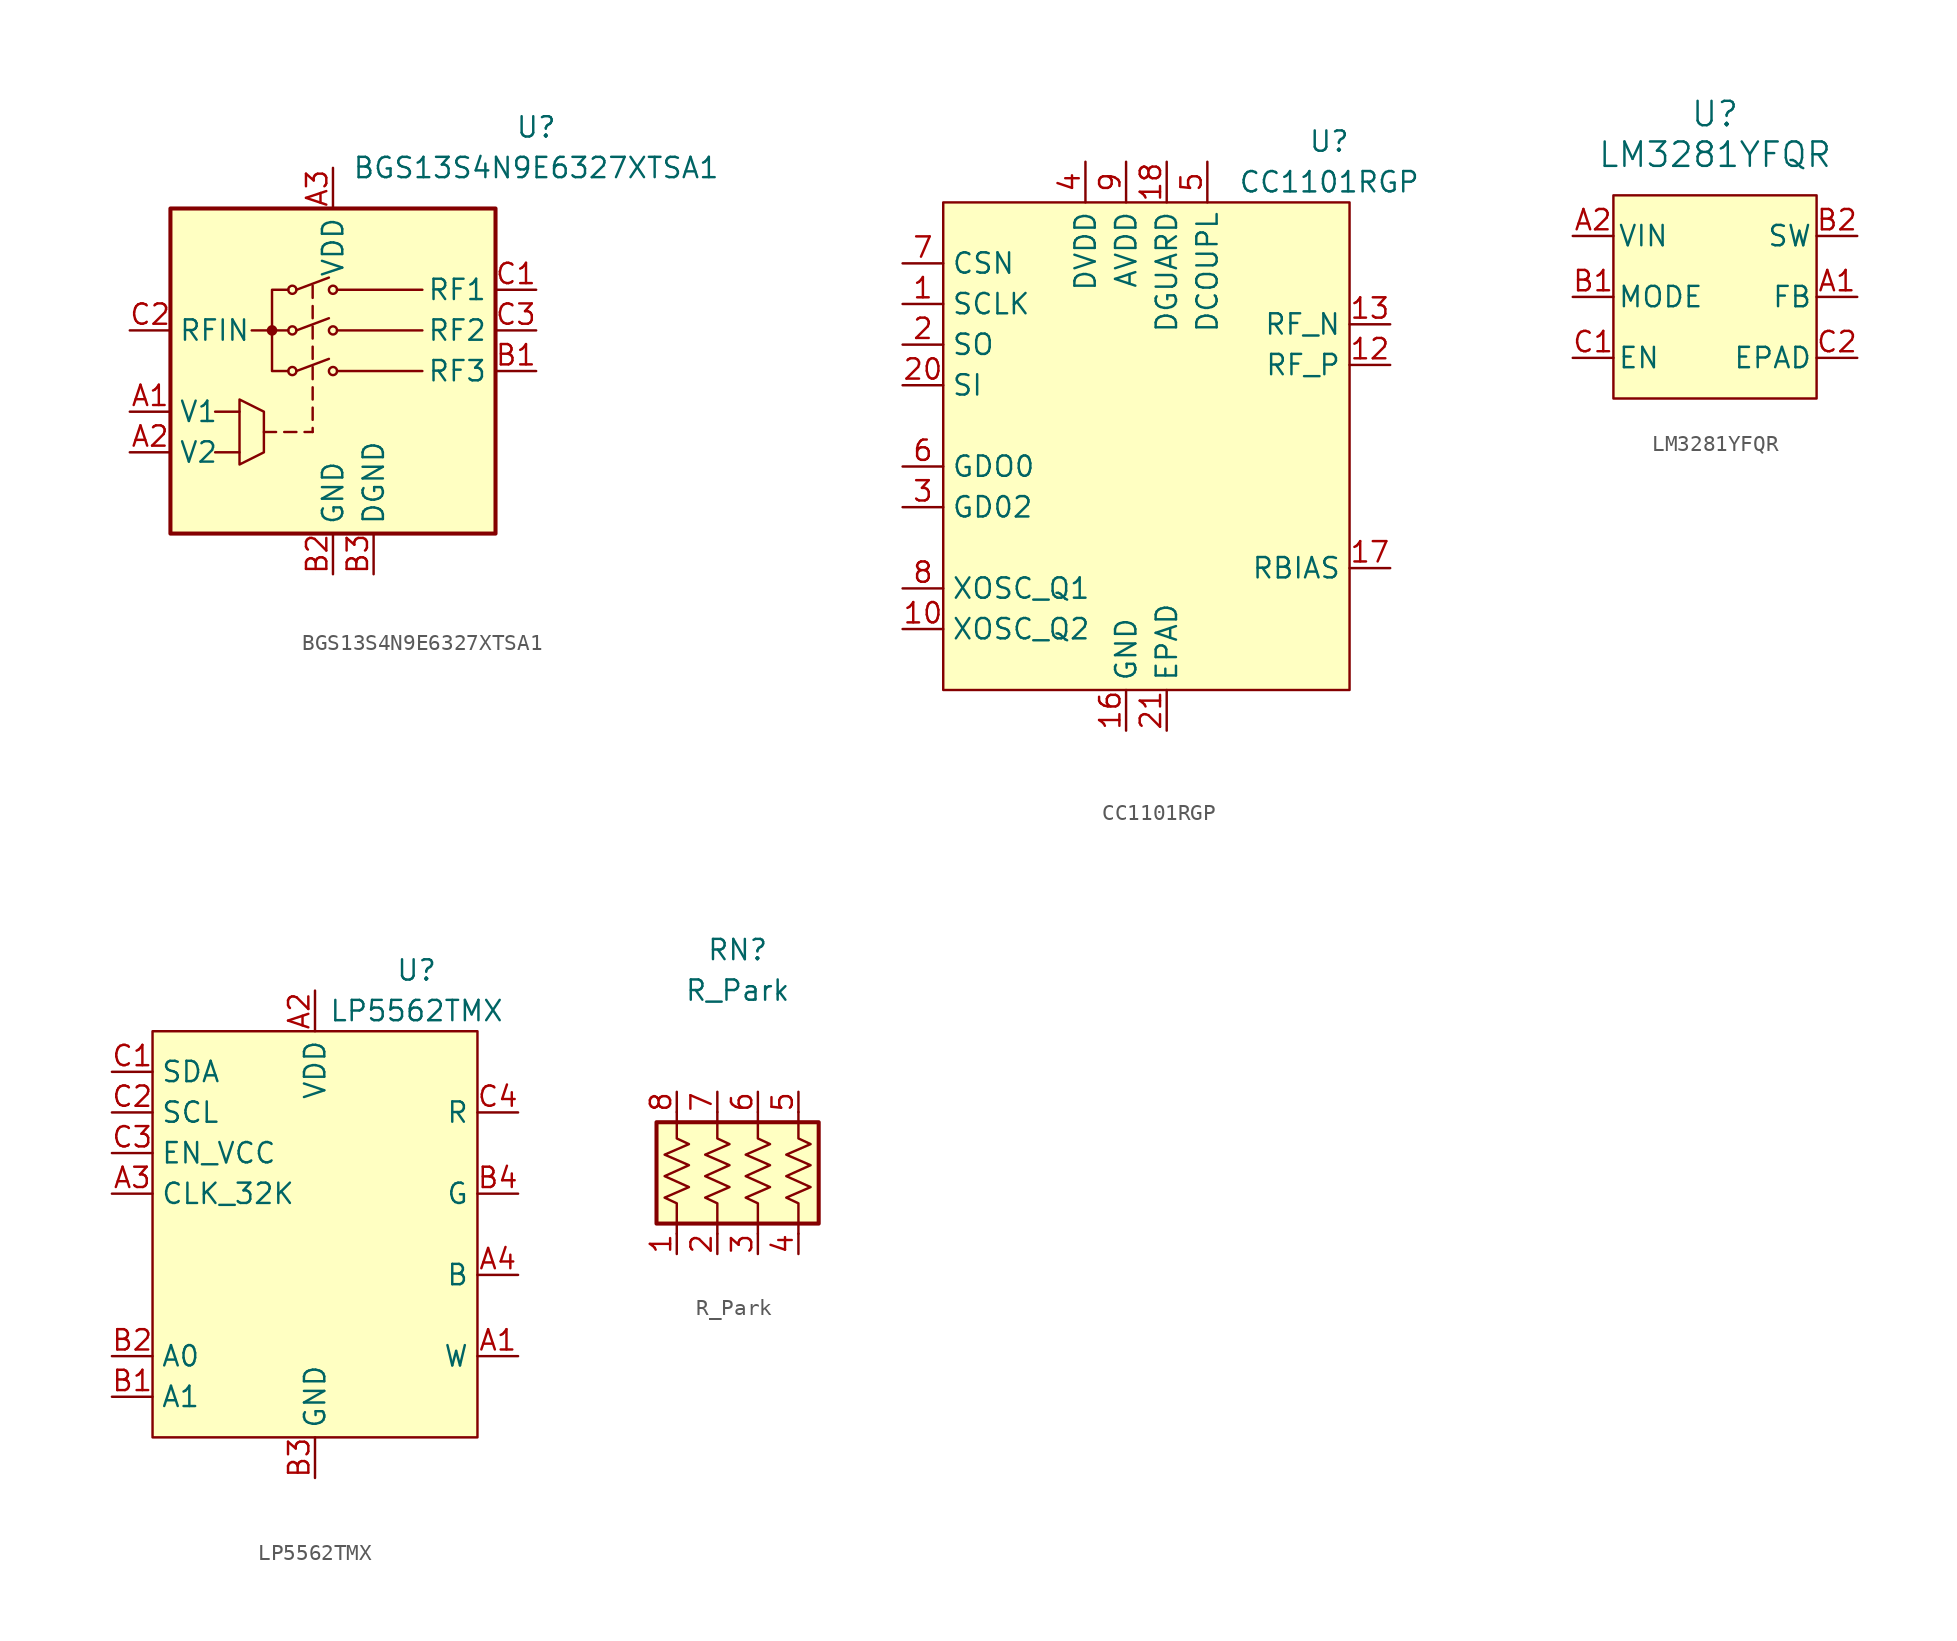
<source format=kicad_sym>
(kicad_symbol_lib
  (version 20231120)
  (generator "kicad_symbol_editor")
  (generator_version "8.0")
  (symbol "BGS13S4N9E6327XTSA1"
    (property "Reference" "U"
      (at 12.7 15.24 0)
      (effects (font (size 1.27 1.27))))
    (property "Value" "BGS13S4N9E6327XTSA1"
      (at 12.7 12.7 0)
      (effects (font (size 1.27 1.27))))
    (symbol "BGS13S4N9E6327XTSA1_0_0"
      (rectangle (start -10.16 10.16) (end 10.16 -10.16) (stroke (width 0.254) (type default)) (fill (type background)))
      (circle (center -3.81 2.54) (radius 0.254) (stroke (width 0) (type default)) (fill (type outline)))
      (polyline (pts (xy -4.318 -3.81) (xy -3.556 -3.81)) (stroke (width 0) (type default)) (fill (type none)))
      (polyline (pts (xy -3.81 2.54) (xy -5.08 2.54)) (stroke (width 0) (type default)) (fill (type none)))
      (polyline (pts (xy -3.048 -3.81) (xy -2.286 -3.81)) (stroke (width 0) (type default)) (fill (type none)))
      (polyline (pts (xy -1.27 -3.048) (xy -1.27 -2.286)) (stroke (width 0) (type default)) (fill (type none)))
      (polyline (pts (xy -1.27 -1.778) (xy -1.27 -1.016)) (stroke (width 0) (type default)) (fill (type none)))
      (polyline (pts (xy -1.27 -0.508) (xy -1.27 0.254)) (stroke (width 0) (type default)) (fill (type none)))
      (polyline (pts (xy -1.27 1.524) (xy -1.27 0.762)) (stroke (width 0) (type default)) (fill (type none)))
      (polyline (pts (xy -1.27 2.794) (xy -1.27 2.032)) (stroke (width 0) (type default)) (fill (type none)))
      (polyline (pts (xy -1.27 4.064) (xy -1.27 3.302)) (stroke (width 0) (type default)) (fill (type none)))
      (polyline (pts (xy -1.27 5.334) (xy -1.27 4.572)) (stroke (width 0) (type default)) (fill (type none)))
      (polyline (pts (xy 0.254 0) (xy 5.588 0)) (stroke (width 0) (type default)) (fill (type none)))
      (polyline (pts (xy 0.254 2.54) (xy 5.588 2.54)) (stroke (width 0) (type default)) (fill (type none)))
      (polyline (pts (xy 0.254 5.08) (xy 5.588 5.08)) (stroke (width 0) (type default)) (fill (type none)))
      (polyline (pts (xy -2.794 0) (xy -3.81 0) (xy -3.81 5.08) (xy -2.794 5.08)) (stroke (width 0) (type default)) (fill (type none))))
    (symbol "BGS13S4N9E6327XTSA1_0_1"
      (circle (center -2.54 0) (radius 0.254) (stroke (width 0) (type default)) (fill (type none)))
      (circle (center -2.54 2.54) (radius 0.254) (stroke (width 0) (type default)) (fill (type none)))
      (circle (center -2.54 5.08) (radius 0.254) (stroke (width 0) (type default)) (fill (type none)))
      (polyline (pts (xy -7.366 -5.08) (xy -5.842 -5.08)) (stroke (width 0) (type default)) (fill (type none)))
      (polyline (pts (xy -7.366 -2.54) (xy -5.842 -2.54)) (stroke (width 0) (type default)) (fill (type none)))
      (polyline (pts (xy -2.794 2.54) (xy -3.81 2.54)) (stroke (width 0) (type default)) (fill (type none)))
      (polyline (pts (xy -2.286 0) (xy -0.254 0.762)) (stroke (width 0) (type default)) (fill (type none)))
      (polyline (pts (xy -2.286 2.54) (xy -0.254 3.302)) (stroke (width 0) (type default)) (fill (type none)))
      (polyline (pts (xy -2.286 5.08) (xy -0.254 5.842)) (stroke (width 0) (type default)) (fill (type none)))
      (polyline (pts (xy -1.778 -3.81) (xy -1.27 -3.81)) (stroke (width 0) (type default)) (fill (type none)))
      (polyline (pts (xy -1.27 -3.81) (xy -1.27 -3.556)) (stroke (width 0) (type default)) (fill (type none)))
      (polyline (pts (xy -5.842 -1.778) (xy -5.842 -5.842) (xy -4.318 -5.08) (xy -4.318 -2.54) (xy -5.842 -1.778)) (stroke (width 0) (type default)) (fill (type none)))
      (circle (center 0 0) (radius 0.254) (stroke (width 0) (type default)) (fill (type none)))
      (circle (center 0 2.54) (radius 0.254) (stroke (width 0) (type default)) (fill (type none)))
      (circle (center 0 5.08) (radius 0.254) (stroke (width 0) (type default)) (fill (type none))))
    (symbol "BGS13S4N9E6327XTSA1_1_1"
      (pin input line (at -12.7 -2.54 0) (length 2.54) (name "V1" (effects (font (size 1.27 1.27)))) (number "A1" (effects (font (size 1.27 1.27)))))
      (pin input line (at -12.7 -5.08 0) (length 2.54) (name "V2" (effects (font (size 1.27 1.27)))) (number "A2" (effects (font (size 1.27 1.27)))))
      (pin power_in line (at 0 12.7 270) (length 2.54) (name "VDD" (effects (font (size 1.27 1.27)))) (number "A3" (effects (font (size 1.27 1.27)))))
      (pin passive line (at 12.7 0 180) (length 2.54) (name "RF3" (effects (font (size 1.27 1.27)))) (number "B1" (effects (font (size 1.27 1.27)))))
      (pin power_in line (at 0 -12.7 90) (length 2.54) (name "GND" (effects (font (size 1.27 1.27)))) (number "B2" (effects (font (size 1.27 1.27)))))
      (pin power_in line (at 2.54 -12.7 90) (length 2.54) (name "DGND" (effects (font (size 1.27 1.27)))) (number "B3" (effects (font (size 1.27 1.27)))))
      (pin passive line (at 12.7 5.08 180) (length 2.54) (name "RF1" (effects (font (size 1.27 1.27)))) (number "C1" (effects (font (size 1.27 1.27)))))
      (pin passive line (at -12.7 2.54 0) (length 2.54) (name "RFIN" (effects (font (size 1.27 1.27)))) (number "C2" (effects (font (size 1.27 1.27)))))
      (pin passive line (at 12.7 2.54 180) (length 2.54) (name "RF2" (effects (font (size 1.27 1.27)))) (number "C3" (effects (font (size 1.27 1.27)))))))
  (symbol "CC1101RGP"
    (property "Reference" "U"
      (at 11.43 19.05 0)
      (effects (font (size 1.27 1.27))))
    (property "Value" "CC1101RGP"
      (at 11.43 16.51 0)
      (effects (font (size 1.27 1.27))))
    (symbol "CC1101RGP_1_1"
      (rectangle (start -12.7 15.24) (end 12.7 -15.24) (stroke (width 0) (type default)) (fill (type background)))
      (pin input line (at -15.24 8.89 0) (length 2.54) (name "SCLK" (effects (font (size 1.27 1.27)))) (number "1" (effects (font (size 1.27 1.27)))))
      (pin bidirectional line (at -15.24 -11.43 0) (length 2.54) (name "XOSC_Q2" (effects (font (size 1.27 1.27)))) (number "10" (effects (font (size 1.27 1.27)))))
      (pin bidirectional line (at -1.27 17.78 270) (length 2.54) hide (name "AVDD" (effects (font (size 1.27 1.27)))) (number "11" (effects (font (size 1.27 1.27)))))
      (pin bidirectional line (at 15.24 5.08 180) (length 2.54) (name "RF_P" (effects (font (size 1.27 1.27)))) (number "12" (effects (font (size 1.27 1.27)))))
      (pin bidirectional line (at 15.24 7.62 180) (length 2.54) (name "RF_N" (effects (font (size 1.27 1.27)))) (number "13" (effects (font (size 1.27 1.27)))))
      (pin bidirectional line (at -1.27 17.78 270) (length 2.54) hide (name "AVDD" (effects (font (size 1.27 1.27)))) (number "14" (effects (font (size 1.27 1.27)))))
      (pin bidirectional line (at -1.27 17.78 270) (length 2.54) hide (name "AVDD" (effects (font (size 1.27 1.27)))) (number "15" (effects (font (size 1.27 1.27)))))
      (pin bidirectional line (at -1.27 -17.78 90) (length 2.54) (name "GND" (effects (font (size 1.27 1.27)))) (number "16" (effects (font (size 1.27 1.27)))))
      (pin bidirectional line (at 15.24 -7.62 180) (length 2.54) (name "RBIAS" (effects (font (size 1.27 1.27)))) (number "17" (effects (font (size 1.27 1.27)))))
      (pin bidirectional line (at 1.27 17.78 270) (length 2.54) (name "DGUARD" (effects (font (size 1.27 1.27)))) (number "18" (effects (font (size 1.27 1.27)))))
      (pin bidirectional line (at -1.27 -17.78 90) (length 2.54) hide (name "GND" (effects (font (size 1.27 1.27)))) (number "19" (effects (font (size 1.27 1.27)))))
      (pin output line (at -15.24 6.35 0) (length 2.54) (name "SO" (effects (font (size 1.27 1.27)))) (number "2" (effects (font (size 1.27 1.27)))))
      (pin bidirectional line (at -15.24 3.81 0) (length 2.54) (name "SI" (effects (font (size 1.27 1.27)))) (number "20" (effects (font (size 1.27 1.27)))))
      (pin bidirectional line (at 1.27 -17.78 90) (length 2.54) (name "EPAD" (effects (font (size 1.27 1.27)))) (number "21" (effects (font (size 1.27 1.27)))))
      (pin bidirectional line (at -15.24 -3.81 0) (length 2.54) (name "GD02" (effects (font (size 1.27 1.27)))) (number "3" (effects (font (size 1.27 1.27)))))
      (pin bidirectional line (at -3.81 17.78 270) (length 2.54) (name "DVDD" (effects (font (size 1.27 1.27)))) (number "4" (effects (font (size 1.27 1.27)))))
      (pin bidirectional line (at 3.81 17.78 270) (length 2.54) (name "DCOUPL" (effects (font (size 1.27 1.27)))) (number "5" (effects (font (size 1.27 1.27)))))
      (pin bidirectional line (at -15.24 -1.27 0) (length 2.54) (name "GDO0" (effects (font (size 1.27 1.27)))) (number "6" (effects (font (size 1.27 1.27)))))
      (pin bidirectional line (at -15.24 11.43 0) (length 2.54) (name "CSN" (effects (font (size 1.27 1.27)))) (number "7" (effects (font (size 1.27 1.27)))))
      (pin bidirectional line (at -15.24 -8.89 0) (length 2.54) (name "XOSC_Q1" (effects (font (size 1.27 1.27)))) (number "8" (effects (font (size 1.27 1.27)))))
      (pin bidirectional line (at -1.27 17.78 270) (length 2.54) (name "AVDD" (effects (font (size 1.27 1.27)))) (number "9" (effects (font (size 1.27 1.27)))))))
  (symbol "LM3281YFQR"
    (pin_names
      (offset 0.254))
    (property "Reference" "U"
      (at 0 11.43 0)
      (effects (font (size 1.524 1.524))))
    (property "Value" "LM3281YFQR"
      (at 0 8.89 0)
      (effects (font (size 1.524 1.524))))
    (symbol "LM3281YFQR_0_1"
      (pin output line (at 8.89 0 180) (length 2.54) (name "FB" (effects (font (size 1.27 1.27)))) (number "A1" (effects (font (size 1.27 1.27)))))
      (pin input line (at -8.89 3.81 0) (length 2.54) (name "VIN" (effects (font (size 1.27 1.27)))) (number "A2" (effects (font (size 1.27 1.27)))))
      (pin unspecified line (at -8.89 0 0) (length 2.54) (name "MODE" (effects (font (size 1.27 1.27)))) (number "B1" (effects (font (size 1.27 1.27))))))
    (symbol "LM3281YFQR_1_1"
      (rectangle (start -6.35 6.35) (end 6.35 -6.35) (stroke (width 0) (type default)) (fill (type background)))
      (pin unspecified line (at 8.89 3.81 180) (length 2.54) (name "SW" (effects (font (size 1.27 1.27)))) (number "B2" (effects (font (size 1.27 1.27)))))
      (pin unspecified line (at -8.89 -3.81 0) (length 2.54) (name "EN" (effects (font (size 1.27 1.27)))) (number "C1" (effects (font (size 1.27 1.27)))))
      (pin unspecified line (at 8.89 -3.81 180) (length 2.54) (name "EPAD" (effects (font (size 1.27 1.27)))) (number "C2" (effects (font (size 1.27 1.27)))))))
  (symbol "LP5562TMX"
    (property "Reference" "U"
      (at 6.35 16.51 0)
      (effects (font (size 1.27 1.27))))
    (property "Value" "LP5562TMX"
      (at 6.35 13.97 0)
      (effects (font (size 1.27 1.27))))
    (symbol "LP5562TMX_0_1"
      (pin power_in line (at 0 15.24 270) (length 2.54) (name "VDD" (effects (font (size 1.27 1.27)))) (number "A2" (effects (font (size 1.27 1.27)))))
      (pin input line (at -12.7 2.54 0) (length 2.54) (name "CLK_32K" (effects (font (size 1.27 1.27)))) (number "A3" (effects (font (size 1.27 1.27)))))
      (pin output line (at 12.7 -2.54 180) (length 2.54) (name "B" (effects (font (size 1.27 1.27)))) (number "A4" (effects (font (size 1.27 1.27)))))
      (pin power_in line (at 0 -15.24 90) (length 2.54) (name "GND" (effects (font (size 1.27 1.27)))) (number "B3" (effects (font (size 1.27 1.27)))))
      (pin output line (at 12.7 2.54 180) (length 2.54) (name "G" (effects (font (size 1.27 1.27)))) (number "B4" (effects (font (size 1.27 1.27)))))
      (pin bidirectional line (at -12.7 10.16 0) (length 2.54) (name "SDA" (effects (font (size 1.27 1.27)))) (number "C1" (effects (font (size 1.27 1.27)))))
      (pin input line (at -12.7 7.62 0) (length 2.54) (name "SCL" (effects (font (size 1.27 1.27)))) (number "C2" (effects (font (size 1.27 1.27)))))
      (pin input line (at -12.7 5.08 0) (length 2.54) (name "EN_VCC" (effects (font (size 1.27 1.27)))) (number "C3" (effects (font (size 1.27 1.27)))))
      (pin output line (at 12.7 7.62 180) (length 2.54) (name "R" (effects (font (size 1.27 1.27)))) (number "C4" (effects (font (size 1.27 1.27))))))
    (symbol "LP5562TMX_1_1"
      (rectangle (start -10.16 12.7) (end 10.16 -12.7) (stroke (width 0) (type default)) (fill (type background)))
      (pin output line (at 12.7 -7.62 180) (length 2.54) (name "W" (effects (font (size 1.27 1.27)))) (number "A1" (effects (font (size 1.27 1.27)))))
      (pin input line (at -12.7 -10.16 0) (length 2.54) (name "A1" (effects (font (size 1.27 1.27)))) (number "B1" (effects (font (size 1.27 1.27)))))
      (pin input line (at -12.7 -7.62 0) (length 2.54) (name "A0" (effects (font (size 1.27 1.27)))) (number "B2" (effects (font (size 1.27 1.27)))))))
  (symbol "R_Park"
    (property "Reference" "RN"
      (at 0 13.97 0)
      (effects (font (size 1.27 1.27))))
    (property "Value" "R_Park"
      (at 0 11.43 0)
      (effects (font (size 1.27 1.27))))
    (symbol "R_Park_0_1"
      (rectangle (start -5.08 3.175) (end 5.08 -3.175) (stroke (width 0.254) (type default)) (fill (type background)))
      (polyline (pts (xy -3.81 3.81) (xy -3.81 2.159) (xy -3.048 1.803) (xy -4.572 1.143) (xy -3.048 0.483) (xy -4.572 -0.203) (xy -3.048 -0.889) (xy -4.572 -1.549) (xy -3.81 -1.905) (xy -3.81 -3.81)) (stroke (width 0) (type default)) (fill (type none)))
      (polyline (pts (xy -1.27 3.81) (xy -1.27 2.159) (xy -0.508 1.803) (xy -2.032 1.143) (xy -0.508 0.483) (xy -2.032 -0.203) (xy -0.508 -0.889) (xy -2.032 -1.549) (xy -1.27 -1.905) (xy -1.27 -3.81)) (stroke (width 0) (type default)) (fill (type none)))
      (polyline (pts (xy 1.27 3.81) (xy 1.27 2.159) (xy 2.032 1.803) (xy 0.508 1.143) (xy 2.032 0.483) (xy 0.508 -0.203) (xy 2.032 -0.889) (xy 0.508 -1.549) (xy 1.27 -1.905) (xy 1.27 -3.81)) (stroke (width 0) (type default)) (fill (type none)))
      (polyline (pts (xy 3.81 3.81) (xy 3.81 2.159) (xy 4.572 1.803) (xy 3.048 1.143) (xy 4.572 0.483) (xy 3.048 -0.203) (xy 4.572 -0.889) (xy 3.048 -1.549) (xy 3.81 -1.905) (xy 3.81 -3.81)) (stroke (width 0) (type default)) (fill (type none))))
    (symbol "R_Park_1_1"
      (pin passive line (at -3.81 -5.08 90) (length 1.27) (name "" (effects (font (size 1.27 1.27)))) (number "1" (effects (font (size 1.27 1.27)))))
      (pin passive line (at -1.27 -5.08 90) (length 1.27) (name "" (effects (font (size 1.27 1.27)))) (number "2" (effects (font (size 1.27 1.27)))))
      (pin passive line (at 1.27 -5.08 90) (length 1.27) (name "" (effects (font (size 1.27 1.27)))) (number "3" (effects (font (size 1.27 1.27)))))
      (pin passive line (at 3.81 -5.08 90) (length 1.27) (name "" (effects (font (size 1.27 1.27)))) (number "4" (effects (font (size 1.27 1.27)))))
      (pin passive line (at 3.81 5.08 270) (length 1.27) (name "" (effects (font (size 1.27 1.27)))) (number "5" (effects (font (size 1.27 1.27)))))
      (pin passive line (at 1.27 5.08 270) (length 1.27) (name "" (effects (font (size 1.27 1.27)))) (number "6" (effects (font (size 1.27 1.27)))))
      (pin passive line (at -1.27 5.08 270) (length 1.27) (name "" (effects (font (size 1.27 1.27)))) (number "7" (effects (font (size 1.27 1.27)))))
      (pin passive line (at -3.81 5.08 270) (length 1.27) (name "" (effects (font (size 1.27 1.27)))) (number "8" (effects (font (size 1.27 1.27))))))))
</source>
